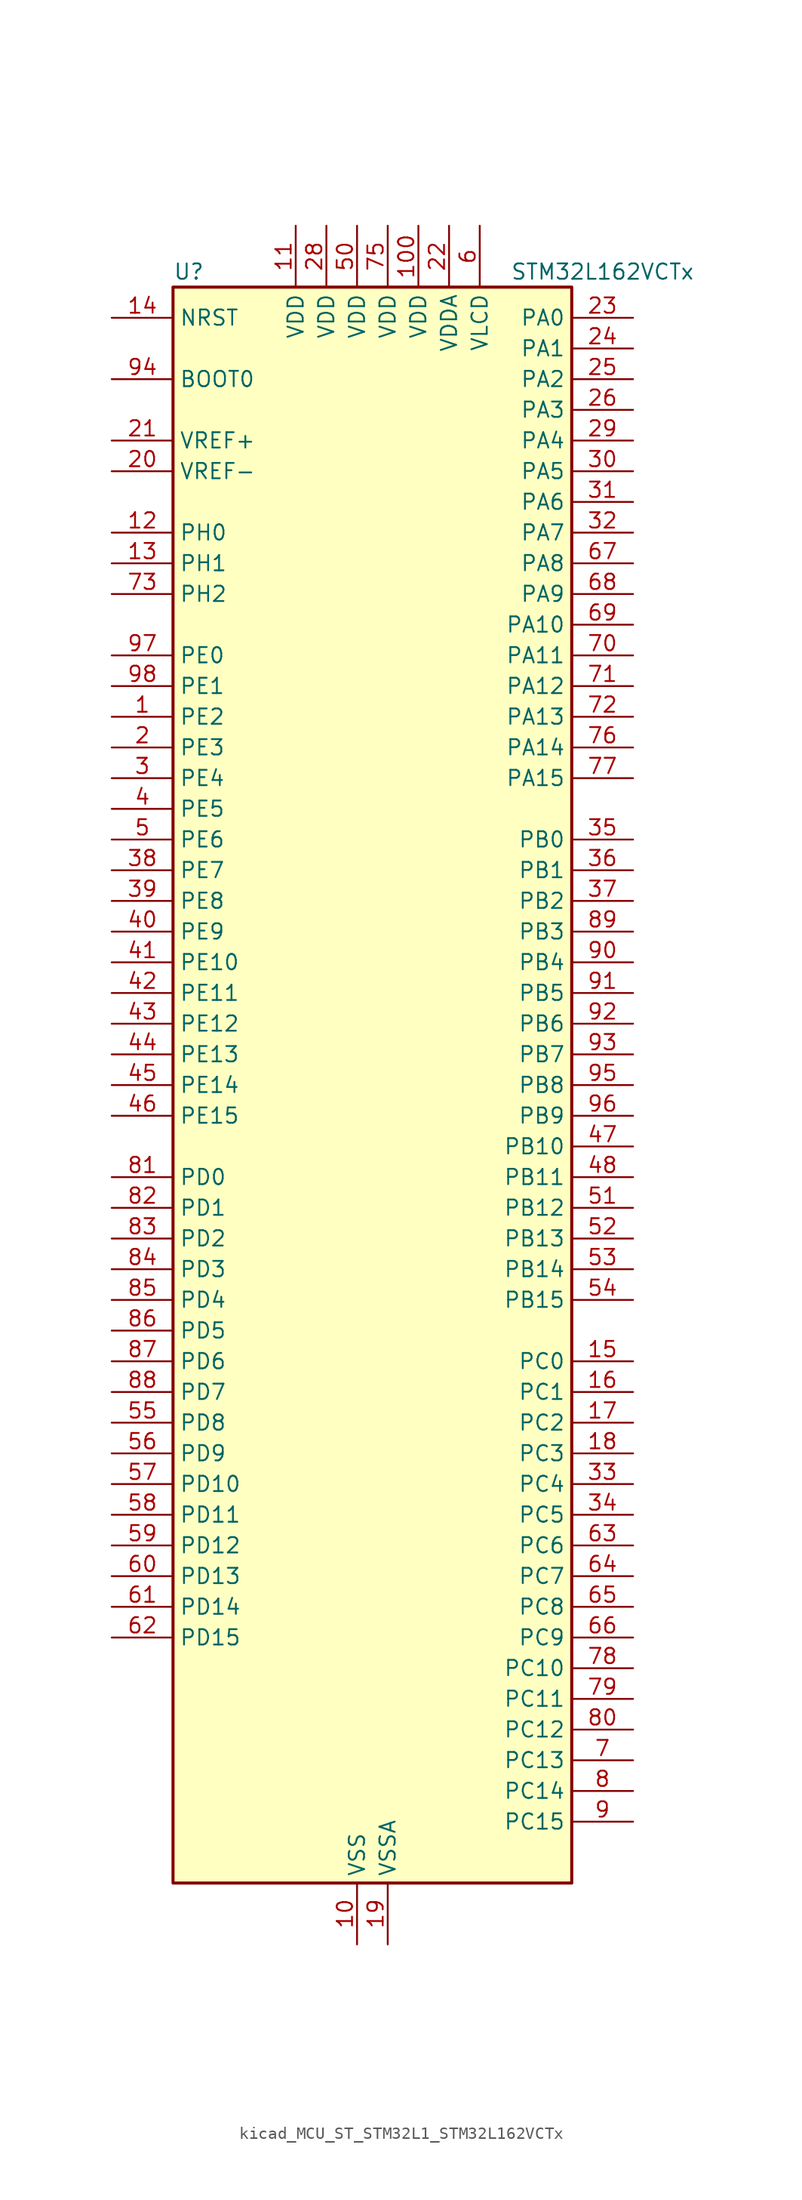
<source format=kicad_sym>
(kicad_symbol_lib
  (version 20220914)
  (generator kicad_symbol_editor)
  (symbol "kicad_MCU_ST_STM32L1_STM32L162VCTx"
    (property "Reference" "U"
      (at -15.24 67.31 0)
      (effects (font (size 1.27 1.27)) (justify left)))
    (property "Value" "STM32L162VCTx"
      (at 12.7 67.31 0)
      (effects (font (size 1.27 1.27)) (justify left)))
    (property "ki_locked" ""
      (at 0 0 0)
      (effects (font (size 1.27 1.27))))
    (symbol "kicad_MCU_ST_STM32L1_STM32L162VCTx_0_1"
      (rectangle (start -15.24 -66.04) (end 17.78 66.04) (stroke (width 0.254) (type default)) (fill (type background))))
    (symbol "kicad_MCU_ST_STM32L1_STM32L162VCTx_1_1"
      (pin bidirectional line (at -20.32 30.48 0) (length 5.08) (name "PE2" (effects (font (size 1.27 1.27)))) (number "1" (effects (font (size 1.27 1.27)))) (alternate "LCD_SEG38" bidirectional line) (alternate "SYS_TRACECK" bidirectional line) (alternate "TIM3_ETR" bidirectional line) (alternate "TIMX_IC3" bidirectional line))
      (pin power_in line (at 0 -71.12 90) (length 5.08) (name "VSS" (effects (font (size 1.27 1.27)))) (number "10" (effects (font (size 1.27 1.27)))))
      (pin power_in line (at 5.08 71.12 270) (length 5.08) (name "VDD" (effects (font (size 1.27 1.27)))) (number "100" (effects (font (size 1.27 1.27)))))
      (pin power_in line (at -5.08 71.12 270) (length 5.08) (name "VDD" (effects (font (size 1.27 1.27)))) (number "11" (effects (font (size 1.27 1.27)))))
      (pin bidirectional line (at -20.32 45.72 0) (length 5.08) (name "PH0" (effects (font (size 1.27 1.27)))) (number "12" (effects (font (size 1.27 1.27)))) (alternate "RCC_OSC_IN" bidirectional line))
      (pin bidirectional line (at -20.32 43.18 0) (length 5.08) (name "PH1" (effects (font (size 1.27 1.27)))) (number "13" (effects (font (size 1.27 1.27)))) (alternate "RCC_OSC_OUT" bidirectional line))
      (pin input line (at -20.32 63.5 0) (length 5.08) (name "NRST" (effects (font (size 1.27 1.27)))) (number "14" (effects (font (size 1.27 1.27)))))
      (pin bidirectional line (at 22.86 -22.86 180) (length 5.08) (name "PC0" (effects (font (size 1.27 1.27)))) (number "15" (effects (font (size 1.27 1.27)))) (alternate "ADC_IN10" bidirectional line) (alternate "COMP1_INP" bidirectional line) (alternate "LCD_SEG18" bidirectional line) (alternate "TIMX_IC1" bidirectional line) (alternate "TS_G8_IO1" bidirectional line))
      (pin bidirectional line (at 22.86 -25.4 180) (length 5.08) (name "PC1" (effects (font (size 1.27 1.27)))) (number "16" (effects (font (size 1.27 1.27)))) (alternate "ADC_IN11" bidirectional line) (alternate "COMP1_INP" bidirectional line) (alternate "LCD_SEG19" bidirectional line) (alternate "TIMX_IC2" bidirectional line) (alternate "TS_G8_IO2" bidirectional line))
      (pin bidirectional line (at 22.86 -27.94 180) (length 5.08) (name "PC2" (effects (font (size 1.27 1.27)))) (number "17" (effects (font (size 1.27 1.27)))) (alternate "ADC_IN12" bidirectional line) (alternate "COMP1_INP" bidirectional line) (alternate "LCD_SEG20" bidirectional line) (alternate "TIMX_IC3" bidirectional line) (alternate "TS_G8_IO3" bidirectional line))
      (pin bidirectional line (at 22.86 -30.48 180) (length 5.08) (name "PC3" (effects (font (size 1.27 1.27)))) (number "18" (effects (font (size 1.27 1.27)))) (alternate "ADC_IN13" bidirectional line) (alternate "COMP1_INP" bidirectional line) (alternate "LCD_SEG21" bidirectional line) (alternate "TIMX_IC4" bidirectional line) (alternate "TS_G8_IO4" bidirectional line))
      (pin power_in line (at 2.54 -71.12 90) (length 5.08) (name "VSSA" (effects (font (size 1.27 1.27)))) (number "19" (effects (font (size 1.27 1.27)))))
      (pin bidirectional line (at -20.32 27.94 0) (length 5.08) (name "PE3" (effects (font (size 1.27 1.27)))) (number "2" (effects (font (size 1.27 1.27)))) (alternate "LCD_SEG39" bidirectional line) (alternate "SYS_TRACED0" bidirectional line) (alternate "TIM3_CH1" bidirectional line) (alternate "TIMX_IC4" bidirectional line))
      (pin input line (at -20.32 50.8 0) (length 5.08) (name "VREF-" (effects (font (size 1.27 1.27)))) (number "20" (effects (font (size 1.27 1.27)))))
      (pin input line (at -20.32 53.34 0) (length 5.08) (name "VREF+" (effects (font (size 1.27 1.27)))) (number "21" (effects (font (size 1.27 1.27)))))
      (pin power_in line (at 7.62 71.12 270) (length 5.08) (name "VDDA" (effects (font (size 1.27 1.27)))) (number "22" (effects (font (size 1.27 1.27)))))
      (pin bidirectional line (at 22.86 63.5 180) (length 5.08) (name "PA0" (effects (font (size 1.27 1.27)))) (number "23" (effects (font (size 1.27 1.27)))) (alternate "ADC_IN0" bidirectional line) (alternate "COMP1_INP" bidirectional line) (alternate "RTC_TAMP2" bidirectional line) (alternate "SYS_WKUP1" bidirectional line) (alternate "TIM2_CH1" bidirectional line) (alternate "TIM2_ETR" bidirectional line) (alternate "TIM5_CH1" bidirectional line) (alternate "TIMX_IC1" bidirectional line) (alternate "TS_G1_IO1" bidirectional line) (alternate "USART2_CTS" bidirectional line))
      (pin bidirectional line (at 22.86 60.96 180) (length 5.08) (name "PA1" (effects (font (size 1.27 1.27)))) (number "24" (effects (font (size 1.27 1.27)))) (alternate "ADC_IN1" bidirectional line) (alternate "COMP1_INP" bidirectional line) (alternate "LCD_SEG0" bidirectional line) (alternate "OPAMP1_VINP" bidirectional line) (alternate "TIM2_CH2" bidirectional line) (alternate "TIM5_CH2" bidirectional line) (alternate "TIMX_IC2" bidirectional line) (alternate "TS_G1_IO2" bidirectional line) (alternate "USART2_RTS" bidirectional line))
      (pin bidirectional line (at 22.86 58.42 180) (length 5.08) (name "PA2" (effects (font (size 1.27 1.27)))) (number "25" (effects (font (size 1.27 1.27)))) (alternate "ADC_IN2" bidirectional line) (alternate "COMP1_INP" bidirectional line) (alternate "LCD_SEG1" bidirectional line) (alternate "OPAMP1_VINM" bidirectional line) (alternate "TIM2_CH3" bidirectional line) (alternate "TIM5_CH3" bidirectional line) (alternate "TIM9_CH1" bidirectional line) (alternate "TIMX_IC3" bidirectional line) (alternate "TS_G1_IO3" bidirectional line) (alternate "USART2_TX" bidirectional line))
      (pin bidirectional line (at 22.86 55.88 180) (length 5.08) (name "PA3" (effects (font (size 1.27 1.27)))) (number "26" (effects (font (size 1.27 1.27)))) (alternate "ADC_IN3" bidirectional line) (alternate "COMP1_INP" bidirectional line) (alternate "LCD_SEG2" bidirectional line) (alternate "OPAMP1_VOUT" bidirectional line) (alternate "TIM2_CH4" bidirectional line) (alternate "TIM5_CH4" bidirectional line) (alternate "TIM9_CH2" bidirectional line) (alternate "TIMX_IC4" bidirectional line) (alternate "TS_G1_IO4" bidirectional line) (alternate "USART2_RX" bidirectional line))
      (pin passive line (at 0 -71.12 90) (length 5.08) hide (name "VSS" (effects (font (size 1.27 1.27)))) (number "27" (effects (font (size 1.27 1.27)))))
      (pin power_in line (at -2.54 71.12 270) (length 5.08) (name "VDD" (effects (font (size 1.27 1.27)))) (number "28" (effects (font (size 1.27 1.27)))))
      (pin bidirectional line (at 22.86 53.34 180) (length 5.08) (name "PA4" (effects (font (size 1.27 1.27)))) (number "29" (effects (font (size 1.27 1.27)))) (alternate "ADC_IN4" bidirectional line) (alternate "COMP1_INP" bidirectional line) (alternate "DAC_OUT1" bidirectional line) (alternate "I2S3_WS" bidirectional line) (alternate "SPI1_NSS" bidirectional line) (alternate "SPI3_NSS" bidirectional line) (alternate "TIMX_IC1" bidirectional line) (alternate "USART2_CK" bidirectional line))
      (pin bidirectional line (at -20.32 25.4 0) (length 5.08) (name "PE4" (effects (font (size 1.27 1.27)))) (number "3" (effects (font (size 1.27 1.27)))) (alternate "SYS_TRACED1" bidirectional line) (alternate "TIM3_CH2" bidirectional line) (alternate "TIMX_IC1" bidirectional line))
      (pin bidirectional line (at 22.86 50.8 180) (length 5.08) (name "PA5" (effects (font (size 1.27 1.27)))) (number "30" (effects (font (size 1.27 1.27)))) (alternate "ADC_IN5" bidirectional line) (alternate "COMP1_INP" bidirectional line) (alternate "DAC_OUT2" bidirectional line) (alternate "SPI1_SCK" bidirectional line) (alternate "TIM2_CH1" bidirectional line) (alternate "TIM2_ETR" bidirectional line) (alternate "TIMX_IC2" bidirectional line))
      (pin bidirectional line (at 22.86 48.26 180) (length 5.08) (name "PA6" (effects (font (size 1.27 1.27)))) (number "31" (effects (font (size 1.27 1.27)))) (alternate "ADC_IN6" bidirectional line) (alternate "COMP1_INP" bidirectional line) (alternate "LCD_SEG3" bidirectional line) (alternate "OPAMP2_VINP" bidirectional line) (alternate "SPI1_MISO" bidirectional line) (alternate "TIM10_CH1" bidirectional line) (alternate "TIM3_CH1" bidirectional line) (alternate "TIMX_IC3" bidirectional line) (alternate "TS_G2_IO1" bidirectional line))
      (pin bidirectional line (at 22.86 45.72 180) (length 5.08) (name "PA7" (effects (font (size 1.27 1.27)))) (number "32" (effects (font (size 1.27 1.27)))) (alternate "ADC_IN7" bidirectional line) (alternate "COMP1_INP" bidirectional line) (alternate "LCD_SEG4" bidirectional line) (alternate "OPAMP2_VINM" bidirectional line) (alternate "SPI1_MOSI" bidirectional line) (alternate "TIM11_CH1" bidirectional line) (alternate "TIM3_CH2" bidirectional line) (alternate "TIMX_IC4" bidirectional line) (alternate "TS_G2_IO2" bidirectional line))
      (pin bidirectional line (at 22.86 -33.02 180) (length 5.08) (name "PC4" (effects (font (size 1.27 1.27)))) (number "33" (effects (font (size 1.27 1.27)))) (alternate "ADC_IN14" bidirectional line) (alternate "COMP1_INP" bidirectional line) (alternate "LCD_SEG22" bidirectional line) (alternate "TIMX_IC1" bidirectional line) (alternate "TS_G9_IO1" bidirectional line))
      (pin bidirectional line (at 22.86 -35.56 180) (length 5.08) (name "PC5" (effects (font (size 1.27 1.27)))) (number "34" (effects (font (size 1.27 1.27)))) (alternate "ADC_IN15" bidirectional line) (alternate "COMP1_INP" bidirectional line) (alternate "LCD_SEG23" bidirectional line) (alternate "TIMX_IC2" bidirectional line) (alternate "TS_G9_IO2" bidirectional line))
      (pin bidirectional line (at 22.86 20.32 180) (length 5.08) (name "PB0" (effects (font (size 1.27 1.27)))) (number "35" (effects (font (size 1.27 1.27)))) (alternate "ADC_IN8" bidirectional line) (alternate "COMP1_INP" bidirectional line) (alternate "LCD_SEG5" bidirectional line) (alternate "OPAMP2_VOUT" bidirectional line) (alternate "SYS_V_REF_OUT" bidirectional line) (alternate "TIM3_CH3" bidirectional line) (alternate "TS_G3_IO1" bidirectional line))
      (pin bidirectional line (at 22.86 17.78 180) (length 5.08) (name "PB1" (effects (font (size 1.27 1.27)))) (number "36" (effects (font (size 1.27 1.27)))) (alternate "ADC_IN9" bidirectional line) (alternate "COMP1_INP" bidirectional line) (alternate "LCD_SEG6" bidirectional line) (alternate "SYS_V_REF_OUT" bidirectional line) (alternate "TIM3_CH4" bidirectional line) (alternate "TS_G3_IO2" bidirectional line))
      (pin bidirectional line (at 22.86 15.24 180) (length 5.08) (name "PB2" (effects (font (size 1.27 1.27)))) (number "37" (effects (font (size 1.27 1.27)))) (alternate "TS_G3_IO3" bidirectional line))
      (pin bidirectional line (at -20.32 17.78 0) (length 5.08) (name "PE7" (effects (font (size 1.27 1.27)))) (number "38" (effects (font (size 1.27 1.27)))) (alternate "ADC_IN22" bidirectional line) (alternate "COMP1_INP" bidirectional line) (alternate "TIMX_IC4" bidirectional line))
      (pin bidirectional line (at -20.32 15.24 0) (length 5.08) (name "PE8" (effects (font (size 1.27 1.27)))) (number "39" (effects (font (size 1.27 1.27)))) (alternate "ADC_IN23" bidirectional line) (alternate "COMP1_INP" bidirectional line) (alternate "TIMX_IC1" bidirectional line))
      (pin bidirectional line (at -20.32 22.86 0) (length 5.08) (name "PE5" (effects (font (size 1.27 1.27)))) (number "4" (effects (font (size 1.27 1.27)))) (alternate "SYS_TRACED2" bidirectional line) (alternate "TIM9_CH1" bidirectional line) (alternate "TIMX_IC2" bidirectional line))
      (pin bidirectional line (at -20.32 12.7 0) (length 5.08) (name "PE9" (effects (font (size 1.27 1.27)))) (number "40" (effects (font (size 1.27 1.27)))) (alternate "ADC_IN24" bidirectional line) (alternate "COMP1_INP" bidirectional line) (alternate "DAC_EXTI9" bidirectional line) (alternate "TIM2_CH1" bidirectional line) (alternate "TIM2_ETR" bidirectional line) (alternate "TIM5_ETR" bidirectional line) (alternate "TIMX_IC2" bidirectional line))
      (pin bidirectional line (at -20.32 10.16 0) (length 5.08) (name "PE10" (effects (font (size 1.27 1.27)))) (number "41" (effects (font (size 1.27 1.27)))) (alternate "ADC_IN25" bidirectional line) (alternate "COMP1_INP" bidirectional line) (alternate "TIM2_CH2" bidirectional line) (alternate "TIMX_IC3" bidirectional line))
      (pin bidirectional line (at -20.32 7.62 0) (length 5.08) (name "PE11" (effects (font (size 1.27 1.27)))) (number "42" (effects (font (size 1.27 1.27)))) (alternate "ADC_EXTI11" bidirectional line) (alternate "TIM2_CH3" bidirectional line) (alternate "TIMX_IC4" bidirectional line))
      (pin bidirectional line (at -20.32 5.08 0) (length 5.08) (name "PE12" (effects (font (size 1.27 1.27)))) (number "43" (effects (font (size 1.27 1.27)))) (alternate "SPI1_NSS" bidirectional line) (alternate "TIM2_CH4" bidirectional line) (alternate "TIMX_IC1" bidirectional line))
      (pin bidirectional line (at -20.32 2.54 0) (length 5.08) (name "PE13" (effects (font (size 1.27 1.27)))) (number "44" (effects (font (size 1.27 1.27)))) (alternate "SPI1_SCK" bidirectional line) (alternate "TIMX_IC2" bidirectional line))
      (pin bidirectional line (at -20.32 0 0) (length 5.08) (name "PE14" (effects (font (size 1.27 1.27)))) (number "45" (effects (font (size 1.27 1.27)))) (alternate "SPI1_MISO" bidirectional line) (alternate "TIMX_IC3" bidirectional line))
      (pin bidirectional line (at -20.32 -2.54 0) (length 5.08) (name "PE15" (effects (font (size 1.27 1.27)))) (number "46" (effects (font (size 1.27 1.27)))) (alternate "ADC_EXTI15" bidirectional line) (alternate "SPI1_MOSI" bidirectional line) (alternate "TIMX_IC4" bidirectional line))
      (pin bidirectional line (at 22.86 -5.08 180) (length 5.08) (name "PB10" (effects (font (size 1.27 1.27)))) (number "47" (effects (font (size 1.27 1.27)))) (alternate "I2C2_SCL" bidirectional line) (alternate "LCD_SEG10" bidirectional line) (alternate "TIM2_CH3" bidirectional line) (alternate "USART3_TX" bidirectional line))
      (pin bidirectional line (at 22.86 -7.62 180) (length 5.08) (name "PB11" (effects (font (size 1.27 1.27)))) (number "48" (effects (font (size 1.27 1.27)))) (alternate "ADC_EXTI11" bidirectional line) (alternate "I2C2_SDA" bidirectional line) (alternate "LCD_SEG11" bidirectional line) (alternate "TIM2_CH4" bidirectional line) (alternate "USART3_RX" bidirectional line))
      (pin passive line (at 0 -71.12 90) (length 5.08) hide (name "VSS" (effects (font (size 1.27 1.27)))) (number "49" (effects (font (size 1.27 1.27)))))
      (pin bidirectional line (at -20.32 20.32 0) (length 5.08) (name "PE6" (effects (font (size 1.27 1.27)))) (number "5" (effects (font (size 1.27 1.27)))) (alternate "RTC_TAMP3" bidirectional line) (alternate "SYS_TRACED3" bidirectional line) (alternate "SYS_WKUP3" bidirectional line) (alternate "TIM9_CH2" bidirectional line) (alternate "TIMX_IC3" bidirectional line))
      (pin power_in line (at 0 71.12 270) (length 5.08) (name "VDD" (effects (font (size 1.27 1.27)))) (number "50" (effects (font (size 1.27 1.27)))))
      (pin bidirectional line (at 22.86 -10.16 180) (length 5.08) (name "PB12" (effects (font (size 1.27 1.27)))) (number "51" (effects (font (size 1.27 1.27)))) (alternate "ADC_IN18" bidirectional line) (alternate "COMP1_INP" bidirectional line) (alternate "I2C2_SMBA" bidirectional line) (alternate "I2S2_WS" bidirectional line) (alternate "LCD_SEG12" bidirectional line) (alternate "SPI2_NSS" bidirectional line) (alternate "TIM10_CH1" bidirectional line) (alternate "TS_G7_IO1" bidirectional line) (alternate "USART3_CK" bidirectional line))
      (pin bidirectional line (at 22.86 -12.7 180) (length 5.08) (name "PB13" (effects (font (size 1.27 1.27)))) (number "52" (effects (font (size 1.27 1.27)))) (alternate "ADC_IN19" bidirectional line) (alternate "COMP1_INP" bidirectional line) (alternate "I2S2_CK" bidirectional line) (alternate "LCD_SEG13" bidirectional line) (alternate "SPI2_SCK" bidirectional line) (alternate "TIM9_CH1" bidirectional line) (alternate "TS_G7_IO2" bidirectional line) (alternate "USART3_CTS" bidirectional line))
      (pin bidirectional line (at 22.86 -15.24 180) (length 5.08) (name "PB14" (effects (font (size 1.27 1.27)))) (number "53" (effects (font (size 1.27 1.27)))) (alternate "ADC_IN20" bidirectional line) (alternate "COMP1_INP" bidirectional line) (alternate "LCD_SEG14" bidirectional line) (alternate "SPI2_MISO" bidirectional line) (alternate "TIM9_CH2" bidirectional line) (alternate "TS_G7_IO3" bidirectional line) (alternate "USART3_RTS" bidirectional line))
      (pin bidirectional line (at 22.86 -17.78 180) (length 5.08) (name "PB15" (effects (font (size 1.27 1.27)))) (number "54" (effects (font (size 1.27 1.27)))) (alternate "ADC_EXTI15" bidirectional line) (alternate "ADC_IN21" bidirectional line) (alternate "COMP1_INP" bidirectional line) (alternate "I2S2_SD" bidirectional line) (alternate "LCD_SEG15" bidirectional line) (alternate "RTC_REFIN" bidirectional line) (alternate "SPI2_MOSI" bidirectional line) (alternate "TIM11_CH1" bidirectional line) (alternate "TS_G7_IO4" bidirectional line))
      (pin bidirectional line (at -20.32 -27.94 0) (length 5.08) (name "PD8" (effects (font (size 1.27 1.27)))) (number "55" (effects (font (size 1.27 1.27)))) (alternate "LCD_SEG28" bidirectional line) (alternate "TIMX_IC1" bidirectional line) (alternate "USART3_TX" bidirectional line))
      (pin bidirectional line (at -20.32 -30.48 0) (length 5.08) (name "PD9" (effects (font (size 1.27 1.27)))) (number "56" (effects (font (size 1.27 1.27)))) (alternate "DAC_EXTI9" bidirectional line) (alternate "LCD_SEG29" bidirectional line) (alternate "TIMX_IC2" bidirectional line) (alternate "USART3_RX" bidirectional line))
      (pin bidirectional line (at -20.32 -33.02 0) (length 5.08) (name "PD10" (effects (font (size 1.27 1.27)))) (number "57" (effects (font (size 1.27 1.27)))) (alternate "LCD_SEG30" bidirectional line) (alternate "TIMX_IC3" bidirectional line) (alternate "USART3_CK" bidirectional line))
      (pin bidirectional line (at -20.32 -35.56 0) (length 5.08) (name "PD11" (effects (font (size 1.27 1.27)))) (number "58" (effects (font (size 1.27 1.27)))) (alternate "ADC_EXTI11" bidirectional line) (alternate "LCD_SEG31" bidirectional line) (alternate "TIMX_IC4" bidirectional line) (alternate "USART3_CTS" bidirectional line))
      (pin bidirectional line (at -20.32 -38.1 0) (length 5.08) (name "PD12" (effects (font (size 1.27 1.27)))) (number "59" (effects (font (size 1.27 1.27)))) (alternate "LCD_SEG32" bidirectional line) (alternate "TIM4_CH1" bidirectional line) (alternate "TIMX_IC1" bidirectional line) (alternate "USART3_RTS" bidirectional line))
      (pin power_in line (at 10.16 71.12 270) (length 5.08) (name "VLCD" (effects (font (size 1.27 1.27)))) (number "6" (effects (font (size 1.27 1.27)))))
      (pin bidirectional line (at -20.32 -40.64 0) (length 5.08) (name "PD13" (effects (font (size 1.27 1.27)))) (number "60" (effects (font (size 1.27 1.27)))) (alternate "LCD_SEG33" bidirectional line) (alternate "TIM4_CH2" bidirectional line) (alternate "TIMX_IC2" bidirectional line))
      (pin bidirectional line (at -20.32 -43.18 0) (length 5.08) (name "PD14" (effects (font (size 1.27 1.27)))) (number "61" (effects (font (size 1.27 1.27)))) (alternate "LCD_SEG34" bidirectional line) (alternate "TIM4_CH3" bidirectional line) (alternate "TIMX_IC3" bidirectional line))
      (pin bidirectional line (at -20.32 -45.72 0) (length 5.08) (name "PD15" (effects (font (size 1.27 1.27)))) (number "62" (effects (font (size 1.27 1.27)))) (alternate "ADC_EXTI15" bidirectional line) (alternate "LCD_SEG35" bidirectional line) (alternate "TIM4_CH4" bidirectional line) (alternate "TIMX_IC4" bidirectional line))
      (pin bidirectional line (at 22.86 -38.1 180) (length 5.08) (name "PC6" (effects (font (size 1.27 1.27)))) (number "63" (effects (font (size 1.27 1.27)))) (alternate "I2S2_MCK" bidirectional line) (alternate "LCD_SEG24" bidirectional line) (alternate "TIM3_CH1" bidirectional line) (alternate "TIMX_IC3" bidirectional line) (alternate "TS_G10_IO1" bidirectional line))
      (pin bidirectional line (at 22.86 -40.64 180) (length 5.08) (name "PC7" (effects (font (size 1.27 1.27)))) (number "64" (effects (font (size 1.27 1.27)))) (alternate "I2S3_MCK" bidirectional line) (alternate "LCD_SEG25" bidirectional line) (alternate "TIM3_CH2" bidirectional line) (alternate "TIMX_IC4" bidirectional line) (alternate "TS_G10_IO2" bidirectional line))
      (pin bidirectional line (at 22.86 -43.18 180) (length 5.08) (name "PC8" (effects (font (size 1.27 1.27)))) (number "65" (effects (font (size 1.27 1.27)))) (alternate "LCD_SEG26" bidirectional line) (alternate "TIM3_CH3" bidirectional line) (alternate "TIMX_IC1" bidirectional line) (alternate "TS_G10_IO3" bidirectional line))
      (pin bidirectional line (at 22.86 -45.72 180) (length 5.08) (name "PC9" (effects (font (size 1.27 1.27)))) (number "66" (effects (font (size 1.27 1.27)))) (alternate "DAC_EXTI9" bidirectional line) (alternate "LCD_SEG27" bidirectional line) (alternate "TIM3_CH4" bidirectional line) (alternate "TIMX_IC2" bidirectional line) (alternate "TS_G10_IO4" bidirectional line))
      (pin bidirectional line (at 22.86 43.18 180) (length 5.08) (name "PA8" (effects (font (size 1.27 1.27)))) (number "67" (effects (font (size 1.27 1.27)))) (alternate "LCD_COM0" bidirectional line) (alternate "RCC_MCO" bidirectional line) (alternate "TIMX_IC1" bidirectional line) (alternate "TS_G4_IO1" bidirectional line) (alternate "USART1_CK" bidirectional line))
      (pin bidirectional line (at 22.86 40.64 180) (length 5.08) (name "PA9" (effects (font (size 1.27 1.27)))) (number "68" (effects (font (size 1.27 1.27)))) (alternate "DAC_EXTI9" bidirectional line) (alternate "LCD_COM1" bidirectional line) (alternate "TIMX_IC2" bidirectional line) (alternate "TS_G4_IO2" bidirectional line) (alternate "USART1_TX" bidirectional line))
      (pin bidirectional line (at 22.86 38.1 180) (length 5.08) (name "PA10" (effects (font (size 1.27 1.27)))) (number "69" (effects (font (size 1.27 1.27)))) (alternate "LCD_COM2" bidirectional line) (alternate "TIMX_IC3" bidirectional line) (alternate "TS_G4_IO3" bidirectional line) (alternate "USART1_RX" bidirectional line))
      (pin bidirectional line (at 22.86 -55.88 180) (length 5.08) (name "PC13" (effects (font (size 1.27 1.27)))) (number "7" (effects (font (size 1.27 1.27)))) (alternate "RTC_OUT_ALARM" bidirectional line) (alternate "RTC_OUT_CALIB" bidirectional line) (alternate "RTC_TAMP1" bidirectional line) (alternate "RTC_TS" bidirectional line) (alternate "SYS_WKUP2" bidirectional line) (alternate "TIMX_IC2" bidirectional line))
      (pin bidirectional line (at 22.86 35.56 180) (length 5.08) (name "PA11" (effects (font (size 1.27 1.27)))) (number "70" (effects (font (size 1.27 1.27)))) (alternate "ADC_EXTI11" bidirectional line) (alternate "SPI1_MISO" bidirectional line) (alternate "TIMX_IC4" bidirectional line) (alternate "USART1_CTS" bidirectional line) (alternate "USB_DM" bidirectional line))
      (pin bidirectional line (at 22.86 33.02 180) (length 5.08) (name "PA12" (effects (font (size 1.27 1.27)))) (number "71" (effects (font (size 1.27 1.27)))) (alternate "SPI1_MOSI" bidirectional line) (alternate "TIMX_IC1" bidirectional line) (alternate "USART1_RTS" bidirectional line) (alternate "USB_DP" bidirectional line))
      (pin bidirectional line (at 22.86 30.48 180) (length 5.08) (name "PA13" (effects (font (size 1.27 1.27)))) (number "72" (effects (font (size 1.27 1.27)))) (alternate "SYS_JTMS-SWDIO" bidirectional line) (alternate "TIMX_IC2" bidirectional line) (alternate "TS_G5_IO1" bidirectional line))
      (pin bidirectional line (at -20.32 40.64 0) (length 5.08) (name "PH2" (effects (font (size 1.27 1.27)))) (number "73" (effects (font (size 1.27 1.27)))))
      (pin passive line (at 0 -71.12 90) (length 5.08) hide (name "VSS" (effects (font (size 1.27 1.27)))) (number "74" (effects (font (size 1.27 1.27)))))
      (pin power_in line (at 2.54 71.12 270) (length 5.08) (name "VDD" (effects (font (size 1.27 1.27)))) (number "75" (effects (font (size 1.27 1.27)))))
      (pin bidirectional line (at 22.86 27.94 180) (length 5.08) (name "PA14" (effects (font (size 1.27 1.27)))) (number "76" (effects (font (size 1.27 1.27)))) (alternate "SYS_JTCK-SWCLK" bidirectional line) (alternate "TIMX_IC3" bidirectional line) (alternate "TS_G5_IO2" bidirectional line))
      (pin bidirectional line (at 22.86 25.4 180) (length 5.08) (name "PA15" (effects (font (size 1.27 1.27)))) (number "77" (effects (font (size 1.27 1.27)))) (alternate "ADC_EXTI15" bidirectional line) (alternate "I2S3_WS" bidirectional line) (alternate "LCD_SEG17" bidirectional line) (alternate "SPI1_NSS" bidirectional line) (alternate "SPI3_NSS" bidirectional line) (alternate "SYS_JTDI" bidirectional line) (alternate "TIM2_CH1" bidirectional line) (alternate "TIM2_ETR" bidirectional line) (alternate "TIMX_IC4" bidirectional line) (alternate "TS_G5_IO3" bidirectional line))
      (pin bidirectional line (at 22.86 -48.26 180) (length 5.08) (name "PC10" (effects (font (size 1.27 1.27)))) (number "78" (effects (font (size 1.27 1.27)))) (alternate "I2S3_CK" bidirectional line) (alternate "LCD_COM4" bidirectional line) (alternate "LCD_SEG28" bidirectional line) (alternate "LCD_SEG40" bidirectional line) (alternate "SPI3_SCK" bidirectional line) (alternate "TIMX_IC3" bidirectional line) (alternate "USART3_TX" bidirectional line))
      (pin bidirectional line (at 22.86 -50.8 180) (length 5.08) (name "PC11" (effects (font (size 1.27 1.27)))) (number "79" (effects (font (size 1.27 1.27)))) (alternate "ADC_EXTI11" bidirectional line) (alternate "LCD_COM5" bidirectional line) (alternate "LCD_SEG29" bidirectional line) (alternate "LCD_SEG41" bidirectional line) (alternate "SPI3_MISO" bidirectional line) (alternate "TIMX_IC4" bidirectional line) (alternate "USART3_RX" bidirectional line))
      (pin bidirectional line (at 22.86 -58.42 180) (length 5.08) (name "PC14" (effects (font (size 1.27 1.27)))) (number "8" (effects (font (size 1.27 1.27)))) (alternate "RCC_OSC32_IN" bidirectional line) (alternate "TIMX_IC3" bidirectional line))
      (pin bidirectional line (at 22.86 -53.34 180) (length 5.08) (name "PC12" (effects (font (size 1.27 1.27)))) (number "80" (effects (font (size 1.27 1.27)))) (alternate "I2S3_SD" bidirectional line) (alternate "LCD_COM6" bidirectional line) (alternate "LCD_SEG30" bidirectional line) (alternate "LCD_SEG42" bidirectional line) (alternate "SPI3_MOSI" bidirectional line) (alternate "TIMX_IC1" bidirectional line) (alternate "USART3_CK" bidirectional line))
      (pin bidirectional line (at -20.32 -7.62 0) (length 5.08) (name "PD0" (effects (font (size 1.27 1.27)))) (number "81" (effects (font (size 1.27 1.27)))) (alternate "I2S2_WS" bidirectional line) (alternate "SPI2_NSS" bidirectional line) (alternate "TIM9_CH1" bidirectional line) (alternate "TIMX_IC1" bidirectional line))
      (pin bidirectional line (at -20.32 -10.16 0) (length 5.08) (name "PD1" (effects (font (size 1.27 1.27)))) (number "82" (effects (font (size 1.27 1.27)))) (alternate "I2S2_CK" bidirectional line) (alternate "SPI2_SCK" bidirectional line) (alternate "TIMX_IC2" bidirectional line))
      (pin bidirectional line (at -20.32 -12.7 0) (length 5.08) (name "PD2" (effects (font (size 1.27 1.27)))) (number "83" (effects (font (size 1.27 1.27)))) (alternate "LCD_COM7" bidirectional line) (alternate "LCD_SEG31" bidirectional line) (alternate "LCD_SEG43" bidirectional line) (alternate "TIM3_ETR" bidirectional line) (alternate "TIMX_IC3" bidirectional line))
      (pin bidirectional line (at -20.32 -15.24 0) (length 5.08) (name "PD3" (effects (font (size 1.27 1.27)))) (number "84" (effects (font (size 1.27 1.27)))) (alternate "SPI2_MISO" bidirectional line) (alternate "TIMX_IC4" bidirectional line) (alternate "USART2_CTS" bidirectional line))
      (pin bidirectional line (at -20.32 -17.78 0) (length 5.08) (name "PD4" (effects (font (size 1.27 1.27)))) (number "85" (effects (font (size 1.27 1.27)))) (alternate "I2S2_SD" bidirectional line) (alternate "SPI2_MOSI" bidirectional line) (alternate "TIMX_IC1" bidirectional line) (alternate "USART2_RTS" bidirectional line))
      (pin bidirectional line (at -20.32 -20.32 0) (length 5.08) (name "PD5" (effects (font (size 1.27 1.27)))) (number "86" (effects (font (size 1.27 1.27)))) (alternate "TIMX_IC2" bidirectional line) (alternate "USART2_TX" bidirectional line))
      (pin bidirectional line (at -20.32 -22.86 0) (length 5.08) (name "PD6" (effects (font (size 1.27 1.27)))) (number "87" (effects (font (size 1.27 1.27)))) (alternate "TIMX_IC3" bidirectional line) (alternate "USART2_RX" bidirectional line))
      (pin bidirectional line (at -20.32 -25.4 0) (length 5.08) (name "PD7" (effects (font (size 1.27 1.27)))) (number "88" (effects (font (size 1.27 1.27)))) (alternate "TIM9_CH2" bidirectional line) (alternate "TIMX_IC4" bidirectional line) (alternate "USART2_CK" bidirectional line))
      (pin bidirectional line (at 22.86 12.7 180) (length 5.08) (name "PB3" (effects (font (size 1.27 1.27)))) (number "89" (effects (font (size 1.27 1.27)))) (alternate "COMP2_INM" bidirectional line) (alternate "I2S3_CK" bidirectional line) (alternate "LCD_SEG7" bidirectional line) (alternate "SPI1_SCK" bidirectional line) (alternate "SPI3_SCK" bidirectional line) (alternate "SYS_JTDO-TRACESWO" bidirectional line) (alternate "TIM2_CH2" bidirectional line))
      (pin bidirectional line (at 22.86 -60.96 180) (length 5.08) (name "PC15" (effects (font (size 1.27 1.27)))) (number "9" (effects (font (size 1.27 1.27)))) (alternate "ADC_EXTI15" bidirectional line) (alternate "RCC_OSC32_OUT" bidirectional line) (alternate "TIMX_IC4" bidirectional line))
      (pin bidirectional line (at 22.86 10.16 180) (length 5.08) (name "PB4" (effects (font (size 1.27 1.27)))) (number "90" (effects (font (size 1.27 1.27)))) (alternate "COMP2_INP" bidirectional line) (alternate "LCD_SEG8" bidirectional line) (alternate "SPI1_MISO" bidirectional line) (alternate "SPI3_MISO" bidirectional line) (alternate "SYS_JTRST" bidirectional line) (alternate "TIM3_CH1" bidirectional line) (alternate "TS_G6_IO1" bidirectional line))
      (pin bidirectional line (at 22.86 7.62 180) (length 5.08) (name "PB5" (effects (font (size 1.27 1.27)))) (number "91" (effects (font (size 1.27 1.27)))) (alternate "COMP2_INP" bidirectional line) (alternate "I2C1_SMBA" bidirectional line) (alternate "I2S3_SD" bidirectional line) (alternate "LCD_SEG9" bidirectional line) (alternate "SPI1_MOSI" bidirectional line) (alternate "SPI3_MOSI" bidirectional line) (alternate "TIM3_CH2" bidirectional line) (alternate "TS_G6_IO2" bidirectional line))
      (pin bidirectional line (at 22.86 5.08 180) (length 5.08) (name "PB6" (effects (font (size 1.27 1.27)))) (number "92" (effects (font (size 1.27 1.27)))) (alternate "COMP2_INP" bidirectional line) (alternate "I2C1_SCL" bidirectional line) (alternate "TIM4_CH1" bidirectional line) (alternate "TS_G6_IO3" bidirectional line) (alternate "USART1_TX" bidirectional line))
      (pin bidirectional line (at 22.86 2.54 180) (length 5.08) (name "PB7" (effects (font (size 1.27 1.27)))) (number "93" (effects (font (size 1.27 1.27)))) (alternate "COMP2_INP" bidirectional line) (alternate "I2C1_SDA" bidirectional line) (alternate "SYS_PVD_IN" bidirectional line) (alternate "TIM4_CH2" bidirectional line) (alternate "TS_G6_IO4" bidirectional line) (alternate "USART1_RX" bidirectional line))
      (pin input line (at -20.32 58.42 0) (length 5.08) (name "BOOT0" (effects (font (size 1.27 1.27)))) (number "94" (effects (font (size 1.27 1.27)))))
      (pin bidirectional line (at 22.86 0 180) (length 5.08) (name "PB8" (effects (font (size 1.27 1.27)))) (number "95" (effects (font (size 1.27 1.27)))) (alternate "I2C1_SCL" bidirectional line) (alternate "LCD_SEG16" bidirectional line) (alternate "TIM10_CH1" bidirectional line) (alternate "TIM4_CH3" bidirectional line))
      (pin bidirectional line (at 22.86 -2.54 180) (length 5.08) (name "PB9" (effects (font (size 1.27 1.27)))) (number "96" (effects (font (size 1.27 1.27)))) (alternate "DAC_EXTI9" bidirectional line) (alternate "I2C1_SDA" bidirectional line) (alternate "LCD_COM3" bidirectional line) (alternate "TIM11_CH1" bidirectional line) (alternate "TIM4_CH4" bidirectional line))
      (pin bidirectional line (at -20.32 35.56 0) (length 5.08) (name "PE0" (effects (font (size 1.27 1.27)))) (number "97" (effects (font (size 1.27 1.27)))) (alternate "LCD_SEG36" bidirectional line) (alternate "TIM10_CH1" bidirectional line) (alternate "TIM4_ETR" bidirectional line) (alternate "TIMX_IC1" bidirectional line))
      (pin bidirectional line (at -20.32 33.02 0) (length 5.08) (name "PE1" (effects (font (size 1.27 1.27)))) (number "98" (effects (font (size 1.27 1.27)))) (alternate "LCD_SEG37" bidirectional line) (alternate "TIM11_CH1" bidirectional line) (alternate "TIMX_IC2" bidirectional line))
      (pin passive line (at 0 -71.12 90) (length 5.08) hide (name "VSS" (effects (font (size 1.27 1.27)))) (number "99" (effects (font (size 1.27 1.27))))))))
</source>
